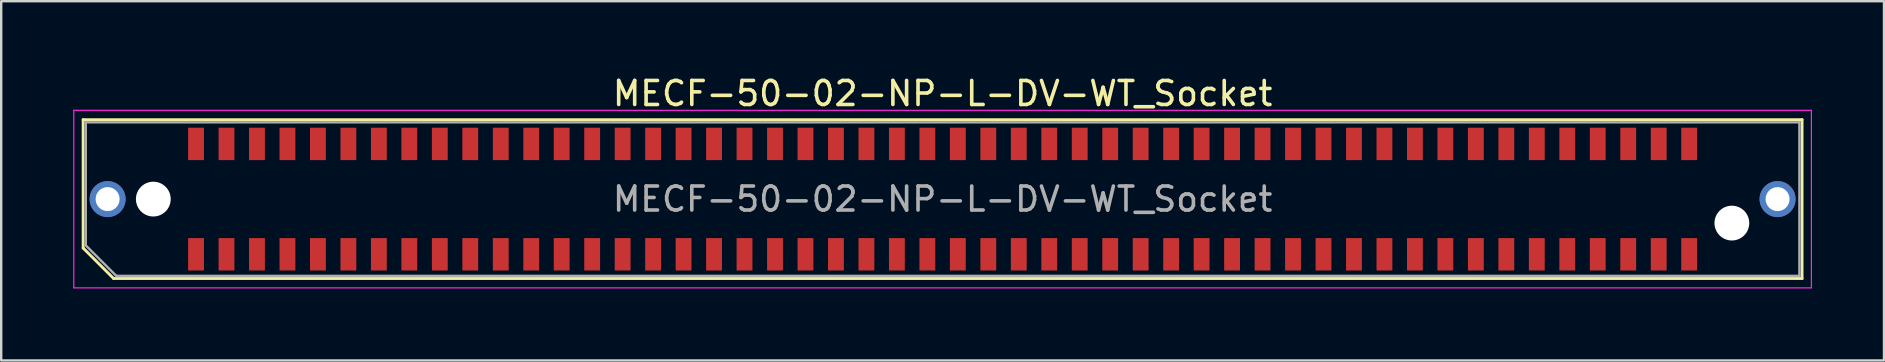
<source format=kicad_pcb>
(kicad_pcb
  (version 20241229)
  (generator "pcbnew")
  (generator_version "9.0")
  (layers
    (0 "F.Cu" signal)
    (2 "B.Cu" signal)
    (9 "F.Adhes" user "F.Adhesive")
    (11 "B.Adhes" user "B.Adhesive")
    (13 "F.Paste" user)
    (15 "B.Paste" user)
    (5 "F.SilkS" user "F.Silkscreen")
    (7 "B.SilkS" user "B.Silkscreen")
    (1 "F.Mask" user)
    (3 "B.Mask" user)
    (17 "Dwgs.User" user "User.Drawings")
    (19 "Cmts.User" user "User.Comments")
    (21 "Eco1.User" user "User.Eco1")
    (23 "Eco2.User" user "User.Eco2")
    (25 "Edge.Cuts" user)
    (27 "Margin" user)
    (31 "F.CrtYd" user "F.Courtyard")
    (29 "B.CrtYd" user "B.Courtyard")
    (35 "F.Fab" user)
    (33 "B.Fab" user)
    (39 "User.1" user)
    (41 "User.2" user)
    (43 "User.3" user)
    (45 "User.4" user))
  (footprint "MECF-50-02-NP-L-DV-WT_Socket"
    (layer "F.Cu")
    (at 36.235 5.248)
    (property "Reference" "MECF-50-02-NP-L-DV-WT_Socket" (at 0 -4.4 0) (layer "F.SilkS") (effects (font (size 1 1) (thickness 0.15))))
    (attr smd)
    (fp_line (start -35.82 -3.31) (end 35.82 -3.31) (stroke (width 0.12) (type solid)) (layer "F.SilkS"))
    (fp_line (start -35.82 2.04) (end -35.82 -3.31) (stroke (width 0.12) (type solid)) (layer "F.SilkS"))
    (fp_line (start -34.55 3.31) (end -35.82 2.04) (stroke (width 0.12) (type solid)) (layer "F.SilkS"))
    (fp_line (start -34.55 3.31) (end 35.82 3.31) (stroke (width 0.12) (type solid)) (layer "F.SilkS"))
    (fp_line (start 35.82 3.31) (end 35.82 -3.31) (stroke (width 0.12) (type solid)) (layer "F.SilkS"))
    (fp_line (start -36.21 -3.7) (end -36.21 3.7) (stroke (width 0.05) (type solid)) (layer "F.CrtYd"))
    (fp_line (start -36.21 3.7) (end 36.21 3.7) (stroke (width 0.05) (type solid)) (layer "F.CrtYd"))
    (fp_line (start 36.21 -3.7) (end -36.21 -3.7) (stroke (width 0.05) (type solid)) (layer "F.CrtYd"))
    (fp_line (start 36.21 3.7) (end 36.21 -3.7) (stroke (width 0.05) (type solid)) (layer "F.CrtYd"))
    (fp_line (start -35.71 -3.2) (end 35.71 -3.2) (stroke (width 0.1) (type solid)) (layer "F.Fab"))
    (fp_line (start -35.71 1.93) (end -35.71 -3.2) (stroke (width 0.1) (type solid)) (layer "F.Fab"))
    (fp_line (start -35.71 1.93) (end -34.44 3.2) (stroke (width 0.1) (type solid)) (layer "F.Fab"))
    (fp_line (start -34.44 3.2) (end 35.71 3.2) (stroke (width 0.1) (type solid)) (layer "F.Fab"))
    (fp_line (start 35.71 3.2) (end 35.71 -3.2) (stroke (width 0.1) (type solid)) (layer "F.Fab"))
    (fp_text user "${REFERENCE}" (at 0 0 0) (layer "F.Fab") (effects (font (size 1 1) (thickness 0.15))))
    (pad "" thru_hole circle (at -34.8 0) (size 1.5 1.5) (drill 1) (layers "*.Cu" "*.Mask"))
    (pad "" np_thru_hole circle (at -32.895 0) (size 1.45 1.45) (drill 1.45) (layers "*.Cu" "*.Mask"))
    (pad "" np_thru_hole circle (at 32.895 1) (size 1.45 1.45) (drill 1.45) (layers "*.Cu" "*.Mask"))
    (pad "" thru_hole circle (at 34.8 0) (size 1.5 1.5) (drill 1) (layers "*.Cu" "*.Mask"))
    (pad "1" smd rect (at -31.115 2.3) (size 0.66 1.35) (layers "F.Cu" "F.Mask" "F.Paste"))
    (pad "2" smd rect (at -31.115 -2.3) (size 0.66 1.35) (layers "F.Cu" "F.Mask" "F.Paste"))
    (pad "3" smd rect (at -29.845 2.3) (size 0.66 1.35) (layers "F.Cu" "F.Mask" "F.Paste"))
    (pad "4" smd rect (at -29.845 -2.3) (size 0.66 1.35) (layers "F.Cu" "F.Mask" "F.Paste"))
    (pad "5" smd rect (at -28.575 2.3) (size 0.66 1.35) (layers "F.Cu" "F.Mask" "F.Paste"))
    (pad "6" smd rect (at -28.575 -2.3) (size 0.66 1.35) (layers "F.Cu" "F.Mask" "F.Paste"))
    (pad "7" smd rect (at -27.305 2.3) (size 0.66 1.35) (layers "F.Cu" "F.Mask" "F.Paste"))
    (pad "8" smd rect (at -27.305 -2.3) (size 0.66 1.35) (layers "F.Cu" "F.Mask" "F.Paste"))
    (pad "9" smd rect (at -26.035 2.3) (size 0.66 1.35) (layers "F.Cu" "F.Mask" "F.Paste"))
    (pad "10" smd rect (at -26.035 -2.3) (size 0.66 1.35) (layers "F.Cu" "F.Mask" "F.Paste"))
    (pad "11" smd rect (at -24.765 2.3) (size 0.66 1.35) (layers "F.Cu" "F.Mask" "F.Paste"))
    (pad "12" smd rect (at -24.765 -2.3) (size 0.66 1.35) (layers "F.Cu" "F.Mask" "F.Paste"))
    (pad "13" smd rect (at -23.495 2.3) (size 0.66 1.35) (layers "F.Cu" "F.Mask" "F.Paste"))
    (pad "14" smd rect (at -23.495 -2.3) (size 0.66 1.35) (layers "F.Cu" "F.Mask" "F.Paste"))
    (pad "15" smd rect (at -22.225 2.3) (size 0.66 1.35) (layers "F.Cu" "F.Mask" "F.Paste"))
    (pad "16" smd rect (at -22.225 -2.3) (size 0.66 1.35) (layers "F.Cu" "F.Mask" "F.Paste"))
    (pad "17" smd rect (at -20.955 2.3) (size 0.66 1.35) (layers "F.Cu" "F.Mask" "F.Paste"))
    (pad "18" smd rect (at -20.955 -2.3) (size 0.66 1.35) (layers "F.Cu" "F.Mask" "F.Paste"))
    (pad "19" smd rect (at -19.685 2.3) (size 0.66 1.35) (layers "F.Cu" "F.Mask" "F.Paste"))
    (pad "20" smd rect (at -19.685 -2.3) (size 0.66 1.35) (layers "F.Cu" "F.Mask" "F.Paste"))
    (pad "21" smd rect (at -18.415 2.3) (size 0.66 1.35) (layers "F.Cu" "F.Mask" "F.Paste"))
    (pad "22" smd rect (at -18.415 -2.3) (size 0.66 1.35) (layers "F.Cu" "F.Mask" "F.Paste"))
    (pad "23" smd rect (at -17.145 2.3) (size 0.66 1.35) (layers "F.Cu" "F.Mask" "F.Paste"))
    (pad "24" smd rect (at -17.145 -2.3) (size 0.66 1.35) (layers "F.Cu" "F.Mask" "F.Paste"))
    (pad "25" smd rect (at -15.875 2.3) (size 0.66 1.35) (layers "F.Cu" "F.Mask" "F.Paste"))
    (pad "26" smd rect (at -15.875 -2.3) (size 0.66 1.35) (layers "F.Cu" "F.Mask" "F.Paste"))
    (pad "27" smd rect (at -14.605 2.3) (size 0.66 1.35) (layers "F.Cu" "F.Mask" "F.Paste"))
    (pad "28" smd rect (at -14.605 -2.3) (size 0.66 1.35) (layers "F.Cu" "F.Mask" "F.Paste"))
    (pad "29" smd rect (at -13.335 2.3) (size 0.66 1.35) (layers "F.Cu" "F.Mask" "F.Paste"))
    (pad "30" smd rect (at -13.335 -2.3) (size 0.66 1.35) (layers "F.Cu" "F.Mask" "F.Paste"))
    (pad "31" smd rect (at -12.065 2.3) (size 0.66 1.35) (layers "F.Cu" "F.Mask" "F.Paste"))
    (pad "32" smd rect (at -12.065 -2.3) (size 0.66 1.35) (layers "F.Cu" "F.Mask" "F.Paste"))
    (pad "33" smd rect (at -10.795 2.3) (size 0.66 1.35) (layers "F.Cu" "F.Mask" "F.Paste"))
    (pad "34" smd rect (at -10.795 -2.3) (size 0.66 1.35) (layers "F.Cu" "F.Mask" "F.Paste"))
    (pad "35" smd rect (at -9.525 2.3) (size 0.66 1.35) (layers "F.Cu" "F.Mask" "F.Paste"))
    (pad "36" smd rect (at -9.525 -2.3) (size 0.66 1.35) (layers "F.Cu" "F.Mask" "F.Paste"))
    (pad "37" smd rect (at -8.255 2.3) (size 0.66 1.35) (layers "F.Cu" "F.Mask" "F.Paste"))
    (pad "38" smd rect (at -8.255 -2.3) (size 0.66 1.35) (layers "F.Cu" "F.Mask" "F.Paste"))
    (pad "39" smd rect (at -6.985 2.3) (size 0.66 1.35) (layers "F.Cu" "F.Mask" "F.Paste"))
    (pad "40" smd rect (at -6.985 -2.3) (size 0.66 1.35) (layers "F.Cu" "F.Mask" "F.Paste"))
    (pad "41" smd rect (at -5.715 2.3) (size 0.66 1.35) (layers "F.Cu" "F.Mask" "F.Paste"))
    (pad "42" smd rect (at -5.715 -2.3) (size 0.66 1.35) (layers "F.Cu" "F.Mask" "F.Paste"))
    (pad "43" smd rect (at -4.445 2.3) (size 0.66 1.35) (layers "F.Cu" "F.Mask" "F.Paste"))
    (pad "44" smd rect (at -4.445 -2.3) (size 0.66 1.35) (layers "F.Cu" "F.Mask" "F.Paste"))
    (pad "45" smd rect (at -3.175 2.3) (size 0.66 1.35) (layers "F.Cu" "F.Mask" "F.Paste"))
    (pad "46" smd rect (at -3.175 -2.3) (size 0.66 1.35) (layers "F.Cu" "F.Mask" "F.Paste"))
    (pad "47" smd rect (at -1.905 2.3) (size 0.66 1.35) (layers "F.Cu" "F.Mask" "F.Paste"))
    (pad "48" smd rect (at -1.905 -2.3) (size 0.66 1.35) (layers "F.Cu" "F.Mask" "F.Paste"))
    (pad "49" smd rect (at -0.635 2.3) (size 0.66 1.35) (layers "F.Cu" "F.Mask" "F.Paste"))
    (pad "50" smd rect (at -0.635 -2.3) (size 0.66 1.35) (layers "F.Cu" "F.Mask" "F.Paste"))
    (pad "51" smd rect (at 0.635 2.3) (size 0.66 1.35) (layers "F.Cu" "F.Mask" "F.Paste"))
    (pad "52" smd rect (at 0.635 -2.3) (size 0.66 1.35) (layers "F.Cu" "F.Mask" "F.Paste"))
    (pad "53" smd rect (at 1.905 2.3) (size 0.66 1.35) (layers "F.Cu" "F.Mask" "F.Paste"))
    (pad "54" smd rect (at 1.905 -2.3) (size 0.66 1.35) (layers "F.Cu" "F.Mask" "F.Paste"))
    (pad "55" smd rect (at 3.175 2.3) (size 0.66 1.35) (layers "F.Cu" "F.Mask" "F.Paste"))
    (pad "56" smd rect (at 3.175 -2.3) (size 0.66 1.35) (layers "F.Cu" "F.Mask" "F.Paste"))
    (pad "57" smd rect (at 4.445 2.3) (size 0.66 1.35) (layers "F.Cu" "F.Mask" "F.Paste"))
    (pad "58" smd rect (at 4.445 -2.3) (size 0.66 1.35) (layers "F.Cu" "F.Mask" "F.Paste"))
    (pad "59" smd rect (at 5.715 2.3) (size 0.66 1.35) (layers "F.Cu" "F.Mask" "F.Paste"))
    (pad "60" smd rect (at 5.715 -2.3) (size 0.66 1.35) (layers "F.Cu" "F.Mask" "F.Paste"))
    (pad "61" smd rect (at 6.985 2.3) (size 0.66 1.35) (layers "F.Cu" "F.Mask" "F.Paste"))
    (pad "62" smd rect (at 6.985 -2.3) (size 0.66 1.35) (layers "F.Cu" "F.Mask" "F.Paste"))
    (pad "63" smd rect (at 8.255 2.3) (size 0.66 1.35) (layers "F.Cu" "F.Mask" "F.Paste"))
    (pad "64" smd rect (at 8.255 -2.3) (size 0.66 1.35) (layers "F.Cu" "F.Mask" "F.Paste"))
    (pad "65" smd rect (at 9.525 2.3) (size 0.66 1.35) (layers "F.Cu" "F.Mask" "F.Paste"))
    (pad "66" smd rect (at 9.525 -2.3) (size 0.66 1.35) (layers "F.Cu" "F.Mask" "F.Paste"))
    (pad "67" smd rect (at 10.795 2.3) (size 0.66 1.35) (layers "F.Cu" "F.Mask" "F.Paste"))
    (pad "68" smd rect (at 10.795 -2.3) (size 0.66 1.35) (layers "F.Cu" "F.Mask" "F.Paste"))
    (pad "69" smd rect (at 12.065 2.3) (size 0.66 1.35) (layers "F.Cu" "F.Mask" "F.Paste"))
    (pad "70" smd rect (at 12.065 -2.3) (size 0.66 1.35) (layers "F.Cu" "F.Mask" "F.Paste"))
    (pad "71" smd rect (at 13.335 2.3) (size 0.66 1.35) (layers "F.Cu" "F.Mask" "F.Paste"))
    (pad "72" smd rect (at 13.335 -2.3) (size 0.66 1.35) (layers "F.Cu" "F.Mask" "F.Paste"))
    (pad "73" smd rect (at 14.605 2.3) (size 0.66 1.35) (layers "F.Cu" "F.Mask" "F.Paste"))
    (pad "74" smd rect (at 14.605 -2.3) (size 0.66 1.35) (layers "F.Cu" "F.Mask" "F.Paste"))
    (pad "75" smd rect (at 15.875 2.3) (size 0.66 1.35) (layers "F.Cu" "F.Mask" "F.Paste"))
    (pad "76" smd rect (at 15.875 -2.3) (size 0.66 1.35) (layers "F.Cu" "F.Mask" "F.Paste"))
    (pad "77" smd rect (at 17.145 2.3) (size 0.66 1.35) (layers "F.Cu" "F.Mask" "F.Paste"))
    (pad "78" smd rect (at 17.145 -2.3) (size 0.66 1.35) (layers "F.Cu" "F.Mask" "F.Paste"))
    (pad "79" smd rect (at 18.415 2.3) (size 0.66 1.35) (layers "F.Cu" "F.Mask" "F.Paste"))
    (pad "80" smd rect (at 18.415 -2.3) (size 0.66 1.35) (layers "F.Cu" "F.Mask" "F.Paste"))
    (pad "81" smd rect (at 19.685 2.3) (size 0.66 1.35) (layers "F.Cu" "F.Mask" "F.Paste"))
    (pad "82" smd rect (at 19.685 -2.3) (size 0.66 1.35) (layers "F.Cu" "F.Mask" "F.Paste"))
    (pad "83" smd rect (at 20.955 2.3) (size 0.66 1.35) (layers "F.Cu" "F.Mask" "F.Paste"))
    (pad "84" smd rect (at 20.955 -2.3) (size 0.66 1.35) (layers "F.Cu" "F.Mask" "F.Paste"))
    (pad "85" smd rect (at 22.225 2.3) (size 0.66 1.35) (layers "F.Cu" "F.Mask" "F.Paste"))
    (pad "86" smd rect (at 22.225 -2.3) (size 0.66 1.35) (layers "F.Cu" "F.Mask" "F.Paste"))
    (pad "87" smd rect (at 23.495 2.3) (size 0.66 1.35) (layers "F.Cu" "F.Mask" "F.Paste"))
    (pad "88" smd rect (at 23.495 -2.3) (size 0.66 1.35) (layers "F.Cu" "F.Mask" "F.Paste"))
    (pad "89" smd rect (at 24.765 2.3) (size 0.66 1.35) (layers "F.Cu" "F.Mask" "F.Paste"))
    (pad "90" smd rect (at 24.765 -2.3) (size 0.66 1.35) (layers "F.Cu" "F.Mask" "F.Paste"))
    (pad "91" smd rect (at 26.035 2.3) (size 0.66 1.35) (layers "F.Cu" "F.Mask" "F.Paste"))
    (pad "92" smd rect (at 26.035 -2.3) (size 0.66 1.35) (layers "F.Cu" "F.Mask" "F.Paste"))
    (pad "93" smd rect (at 27.305 2.3) (size 0.66 1.35) (layers "F.Cu" "F.Mask" "F.Paste"))
    (pad "94" smd rect (at 27.305 -2.3) (size 0.66 1.35) (layers "F.Cu" "F.Mask" "F.Paste"))
    (pad "95" smd rect (at 28.575 2.3) (size 0.66 1.35) (layers "F.Cu" "F.Mask" "F.Paste"))
    (pad "96" smd rect (at 28.575 -2.3) (size 0.66 1.35) (layers "F.Cu" "F.Mask" "F.Paste"))
    (pad "97" smd rect (at 29.845 2.3) (size 0.66 1.35) (layers "F.Cu" "F.Mask" "F.Paste"))
    (pad "98" smd rect (at 29.845 -2.3) (size 0.66 1.35) (layers "F.Cu" "F.Mask" "F.Paste"))
    (pad "99" smd rect (at 31.115 2.3) (size 0.66 1.35) (layers "F.Cu" "F.Mask" "F.Paste"))
    (pad "100" smd rect (at 31.115 -2.3) (size 0.66 1.35) (layers "F.Cu" "F.Mask" "F.Paste")))
  (gr_rect
    (start -3 -3)
    (end 75.47 11.973)
    (stroke (width 0.1) (type default))
    (fill no)
    (layer "Edge.Cuts")))
</source>
